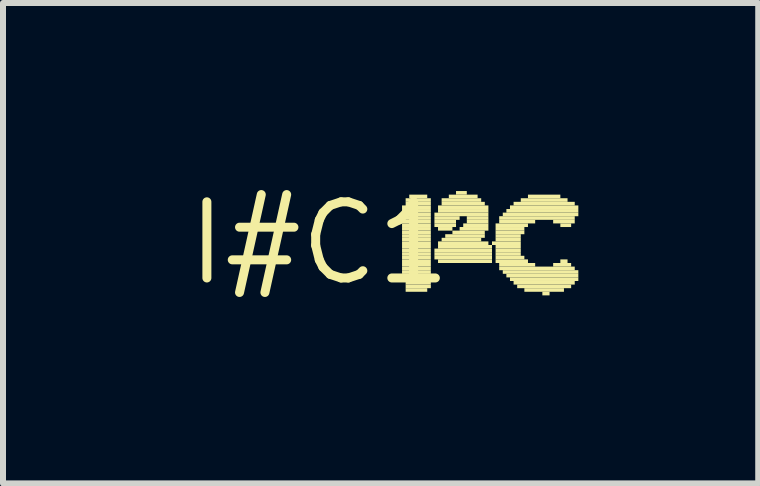
<source format=kicad_pcb>
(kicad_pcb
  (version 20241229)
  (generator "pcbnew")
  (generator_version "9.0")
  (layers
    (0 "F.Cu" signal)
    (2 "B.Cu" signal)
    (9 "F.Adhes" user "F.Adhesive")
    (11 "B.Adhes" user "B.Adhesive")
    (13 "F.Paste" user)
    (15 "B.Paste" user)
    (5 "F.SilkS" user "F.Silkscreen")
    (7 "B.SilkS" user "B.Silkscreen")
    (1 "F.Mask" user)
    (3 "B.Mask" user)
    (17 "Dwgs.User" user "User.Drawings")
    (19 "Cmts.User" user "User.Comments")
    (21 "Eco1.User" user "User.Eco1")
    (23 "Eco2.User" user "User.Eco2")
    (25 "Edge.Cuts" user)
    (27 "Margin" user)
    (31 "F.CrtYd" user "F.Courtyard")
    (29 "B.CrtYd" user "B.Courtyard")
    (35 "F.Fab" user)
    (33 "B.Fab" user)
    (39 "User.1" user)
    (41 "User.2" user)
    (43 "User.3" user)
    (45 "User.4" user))
  (footprint "I#C1"
    (layer "F.Cu")
    (at 2.275 1.006)
    (property "Reference" "I#C1" (at 0 0 0) (layer "F.SilkS") (effects (font (size 1.27 1.27) (thickness 0.15))))
    (fp_poly (pts (xy 1.38 -0.57) (xy 1.86 -0.57) (xy 1.86 -0.63) (xy 1.38 -0.63)) (stroke (width 0) (type solid)) (fill yes) (layer "F.SilkS"))
    (fp_poly (pts (xy 1.38 -0.51) (xy 1.86 -0.51) (xy 1.86 -0.57) (xy 1.38 -0.57)) (stroke (width 0) (type solid)) (fill yes) (layer "F.SilkS"))
    (fp_poly (pts (xy 1.38 -0.45) (xy 1.86 -0.45) (xy 1.86 -0.51) (xy 1.38 -0.51)) (stroke (width 0) (type solid)) (fill yes) (layer "F.SilkS"))
    (fp_poly (pts (xy 1.38 -0.39) (xy 1.86 -0.39) (xy 1.86 -0.45) (xy 1.38 -0.45)) (stroke (width 0) (type solid)) (fill yes) (layer "F.SilkS"))
    (fp_poly (pts (xy 1.38 -0.33) (xy 1.86 -0.33) (xy 1.86 -0.39) (xy 1.38 -0.39)) (stroke (width 0) (type solid)) (fill yes) (layer "F.SilkS"))
    (fp_poly (pts (xy 1.38 -0.27) (xy 1.86 -0.27) (xy 1.86 -0.33) (xy 1.38 -0.33)) (stroke (width 0) (type solid)) (fill yes) (layer "F.SilkS"))
    (fp_poly (pts (xy 1.38 -0.21) (xy 1.86 -0.21) (xy 1.86 -0.27) (xy 1.38 -0.27)) (stroke (width 0) (type solid)) (fill yes) (layer "F.SilkS"))
    (fp_poly (pts (xy 1.38 -0.15) (xy 1.86 -0.15) (xy 1.86 -0.21) (xy 1.38 -0.21)) (stroke (width 0) (type solid)) (fill yes) (layer "F.SilkS"))
    (fp_poly (pts (xy 1.38 -0.09) (xy 1.86 -0.09) (xy 1.86 -0.15) (xy 1.38 -0.15)) (stroke (width 0) (type solid)) (fill yes) (layer "F.SilkS"))
    (fp_poly (pts (xy 1.38 -0.03) (xy 1.86 -0.03) (xy 1.86 -0.09) (xy 1.38 -0.09)) (stroke (width 0) (type solid)) (fill yes) (layer "F.SilkS"))
    (fp_poly (pts (xy 1.38 0.03) (xy 1.86 0.03) (xy 1.86 -0.03) (xy 1.38 -0.03)) (stroke (width 0) (type solid)) (fill yes) (layer "F.SilkS"))
    (fp_poly (pts (xy 1.38 0.09) (xy 1.86 0.09) (xy 1.86 0.03) (xy 1.38 0.03)) (stroke (width 0) (type solid)) (fill yes) (layer "F.SilkS"))
    (fp_poly (pts (xy 1.38 0.15) (xy 1.86 0.15) (xy 1.86 0.09) (xy 1.38 0.09)) (stroke (width 0) (type solid)) (fill yes) (layer "F.SilkS"))
    (fp_poly (pts (xy 1.38 0.21) (xy 1.86 0.21) (xy 1.86 0.15) (xy 1.38 0.15)) (stroke (width 0) (type solid)) (fill yes) (layer "F.SilkS"))
    (fp_poly (pts (xy 1.38 0.27) (xy 1.86 0.27) (xy 1.86 0.21) (xy 1.38 0.21)) (stroke (width 0) (type solid)) (fill yes) (layer "F.SilkS"))
    (fp_poly (pts (xy 1.38 0.33) (xy 1.86 0.33) (xy 1.86 0.27) (xy 1.38 0.27)) (stroke (width 0) (type solid)) (fill yes) (layer "F.SilkS"))
    (fp_poly (pts (xy 1.38 0.39) (xy 1.86 0.39) (xy 1.86 0.33) (xy 1.38 0.33)) (stroke (width 0) (type solid)) (fill yes) (layer "F.SilkS"))
    (fp_poly (pts (xy 1.38 0.45) (xy 1.86 0.45) (xy 1.86 0.39) (xy 1.38 0.39)) (stroke (width 0) (type solid)) (fill yes) (layer "F.SilkS"))
    (fp_poly (pts (xy 1.38 0.51) (xy 1.86 0.51) (xy 1.86 0.45) (xy 1.38 0.45)) (stroke (width 0) (type solid)) (fill yes) (layer "F.SilkS"))
    (fp_poly (pts (xy 1.38 0.57) (xy 1.86 0.57) (xy 1.86 0.51) (xy 1.38 0.51)) (stroke (width 0) (type solid)) (fill yes) (layer "F.SilkS"))
    (fp_poly (pts (xy 1.38 0.63) (xy 1.86 0.63) (xy 1.86 0.57) (xy 1.38 0.57)) (stroke (width 0) (type solid)) (fill yes) (layer "F.SilkS"))
    (fp_poly (pts (xy 1.44 -0.69) (xy 1.86 -0.69) (xy 1.86 -0.75) (xy 1.44 -0.75)) (stroke (width 0) (type solid)) (fill yes) (layer "F.SilkS"))
    (fp_poly (pts (xy 1.44 -0.63) (xy 1.86 -0.63) (xy 1.86 -0.69) (xy 1.44 -0.69)) (stroke (width 0) (type solid)) (fill yes) (layer "F.SilkS"))
    (fp_poly (pts (xy 1.44 0.69) (xy 1.86 0.69) (xy 1.86 0.63) (xy 1.44 0.63)) (stroke (width 0) (type solid)) (fill yes) (layer "F.SilkS"))
    (fp_poly (pts (xy 1.44 0.75) (xy 1.86 0.75) (xy 1.86 0.69) (xy 1.44 0.69)) (stroke (width 0) (type solid)) (fill yes) (layer "F.SilkS"))
    (fp_poly (pts (xy 1.44 0.81) (xy 1.8 0.81) (xy 1.8 0.75) (xy 1.44 0.75)) (stroke (width 0) (type solid)) (fill yes) (layer "F.SilkS"))
    (fp_poly (pts (xy 1.5 -0.75) (xy 1.8 -0.75) (xy 1.8 -0.81) (xy 1.5 -0.81)) (stroke (width 0) (type solid)) (fill yes) (layer "F.SilkS"))
    (fp_poly (pts (xy 1.92 -0.45) (xy 2.82 -0.45) (xy 2.82 -0.51) (xy 1.92 -0.51)) (stroke (width 0) (type solid)) (fill yes) (layer "F.SilkS"))
    (fp_poly (pts (xy 1.92 -0.39) (xy 2.34 -0.39) (xy 2.34 -0.45) (xy 1.92 -0.45)) (stroke (width 0) (type solid)) (fill yes) (layer "F.SilkS"))
    (fp_poly (pts (xy 1.92 -0.33) (xy 2.28 -0.33) (xy 2.28 -0.39) (xy 1.92 -0.39)) (stroke (width 0) (type solid)) (fill yes) (layer "F.SilkS"))
    (fp_poly (pts (xy 1.92 -0.27) (xy 2.28 -0.27) (xy 2.28 -0.33) (xy 1.92 -0.33)) (stroke (width 0) (type solid)) (fill yes) (layer "F.SilkS"))
    (fp_poly (pts (xy 1.92 0.15) (xy 2.88 0.15) (xy 2.88 0.09) (xy 1.92 0.09)) (stroke (width 0) (type solid)) (fill yes) (layer "F.SilkS"))
    (fp_poly (pts (xy 1.92 0.21) (xy 2.88 0.21) (xy 2.88 0.15) (xy 1.92 0.15)) (stroke (width 0) (type solid)) (fill yes) (layer "F.SilkS"))
    (fp_poly (pts (xy 1.92 0.27) (xy 2.88 0.27) (xy 2.88 0.21) (xy 1.92 0.21)) (stroke (width 0) (type solid)) (fill yes) (layer "F.SilkS"))
    (fp_poly (pts (xy 1.98 -0.57) (xy 2.82 -0.57) (xy 2.82 -0.63) (xy 1.98 -0.63)) (stroke (width 0) (type solid)) (fill yes) (layer "F.SilkS"))
    (fp_poly (pts (xy 1.98 -0.51) (xy 2.82 -0.51) (xy 2.82 -0.57) (xy 1.98 -0.57)) (stroke (width 0) (type solid)) (fill yes) (layer "F.SilkS"))
    (fp_poly (pts (xy 1.98 -0.21) (xy 2.22 -0.21) (xy 2.22 -0.27) (xy 1.98 -0.27)) (stroke (width 0) (type solid)) (fill yes) (layer "F.SilkS"))
    (fp_poly (pts (xy 1.98 0.03) (xy 2.82 0.03) (xy 2.82 -0.03) (xy 1.98 -0.03)) (stroke (width 0) (type solid)) (fill yes) (layer "F.SilkS"))
    (fp_poly (pts (xy 1.98 0.09) (xy 2.88 0.09) (xy 2.88 0.03) (xy 1.98 0.03)) (stroke (width 0) (type solid)) (fill yes) (layer "F.SilkS"))
    (fp_poly (pts (xy 1.98 0.33) (xy 2.88 0.33) (xy 2.88 0.27) (xy 1.98 0.27)) (stroke (width 0) (type solid)) (fill yes) (layer "F.SilkS"))
    (fp_poly (pts (xy 2.04 -0.69) (xy 2.7 -0.69) (xy 2.7 -0.75) (xy 2.04 -0.75)) (stroke (width 0) (type solid)) (fill yes) (layer "F.SilkS"))
    (fp_poly (pts (xy 2.04 -0.63) (xy 2.76 -0.63) (xy 2.76 -0.69) (xy 2.04 -0.69)) (stroke (width 0) (type solid)) (fill yes) (layer "F.SilkS"))
    (fp_poly (pts (xy 2.04 -0.03) (xy 2.7 -0.03) (xy 2.7 -0.09) (xy 2.04 -0.09)) (stroke (width 0) (type solid)) (fill yes) (layer "F.SilkS"))
    (fp_poly (pts (xy 2.1 -0.09) (xy 2.76 -0.09) (xy 2.76 -0.15) (xy 2.1 -0.15)) (stroke (width 0) (type solid)) (fill yes) (layer "F.SilkS"))
    (fp_poly (pts (xy 2.16 -0.75) (xy 2.64 -0.75) (xy 2.64 -0.81) (xy 2.16 -0.81)) (stroke (width 0) (type solid)) (fill yes) (layer "F.SilkS"))
    (fp_poly (pts (xy 2.22 -0.15) (xy 2.76 -0.15) (xy 2.76 -0.21) (xy 2.22 -0.21)) (stroke (width 0) (type solid)) (fill yes) (layer "F.SilkS"))
    (fp_poly (pts (xy 2.28 -0.81) (xy 2.46 -0.81) (xy 2.46 -0.87) (xy 2.28 -0.87)) (stroke (width 0) (type solid)) (fill yes) (layer "F.SilkS"))
    (fp_poly (pts (xy 2.34 -0.21) (xy 2.82 -0.21) (xy 2.82 -0.27) (xy 2.34 -0.27)) (stroke (width 0) (type solid)) (fill yes) (layer "F.SilkS"))
    (fp_poly (pts (xy 2.4 -0.27) (xy 2.82 -0.27) (xy 2.82 -0.33) (xy 2.4 -0.33)) (stroke (width 0) (type solid)) (fill yes) (layer "F.SilkS"))
    (fp_poly (pts (xy 2.46 -0.39) (xy 2.82 -0.39) (xy 2.82 -0.45) (xy 2.46 -0.45)) (stroke (width 0) (type solid)) (fill yes) (layer "F.SilkS"))
    (fp_poly (pts (xy 2.46 -0.33) (xy 2.82 -0.33) (xy 2.82 -0.39) (xy 2.46 -0.39)) (stroke (width 0) (type solid)) (fill yes) (layer "F.SilkS"))
    (fp_poly (pts (xy 2.88 0.03) (xy 3.36 0.03) (xy 3.36 -0.03) (xy 2.88 -0.03)) (stroke (width 0) (type solid)) (fill yes) (layer "F.SilkS"))
    (fp_poly (pts (xy 2.94 -0.27) (xy 3.48 -0.27) (xy 3.48 -0.33) (xy 2.94 -0.33)) (stroke (width 0) (type solid)) (fill yes) (layer "F.SilkS"))
    (fp_poly (pts (xy 2.94 -0.21) (xy 3.42 -0.21) (xy 3.42 -0.27) (xy 2.94 -0.27)) (stroke (width 0) (type solid)) (fill yes) (layer "F.SilkS"))
    (fp_poly (pts (xy 2.94 -0.15) (xy 3.42 -0.15) (xy 3.42 -0.21) (xy 2.94 -0.21)) (stroke (width 0) (type solid)) (fill yes) (layer "F.SilkS"))
    (fp_poly (pts (xy 2.94 -0.09) (xy 3.36 -0.09) (xy 3.36 -0.15) (xy 2.94 -0.15)) (stroke (width 0) (type solid)) (fill yes) (layer "F.SilkS"))
    (fp_poly (pts (xy 2.94 -0.03) (xy 3.36 -0.03) (xy 3.36 -0.09) (xy 2.94 -0.09)) (stroke (width 0) (type solid)) (fill yes) (layer "F.SilkS"))
    (fp_poly (pts (xy 2.94 0.09) (xy 3.36 0.09) (xy 3.36 0.03) (xy 2.94 0.03)) (stroke (width 0) (type solid)) (fill yes) (layer "F.SilkS"))
    (fp_poly (pts (xy 2.94 0.15) (xy 3.36 0.15) (xy 3.36 0.09) (xy 2.94 0.09)) (stroke (width 0) (type solid)) (fill yes) (layer "F.SilkS"))
    (fp_poly (pts (xy 2.94 0.21) (xy 3.36 0.21) (xy 3.36 0.15) (xy 2.94 0.15)) (stroke (width 0) (type solid)) (fill yes) (layer "F.SilkS"))
    (fp_poly (pts (xy 2.94 0.27) (xy 3.42 0.27) (xy 3.42 0.21) (xy 2.94 0.21)) (stroke (width 0) (type solid)) (fill yes) (layer "F.SilkS"))
    (fp_poly (pts (xy 2.94 0.33) (xy 3.48 0.33) (xy 3.48 0.27) (xy 2.94 0.27)) (stroke (width 0) (type solid)) (fill yes) (layer "F.SilkS"))
    (fp_poly (pts (xy 3 -0.39) (xy 4.26 -0.39) (xy 4.26 -0.45) (xy 3 -0.45)) (stroke (width 0) (type solid)) (fill yes) (layer "F.SilkS"))
    (fp_poly (pts (xy 3 -0.33) (xy 3.6 -0.33) (xy 3.6 -0.39) (xy 3 -0.39)) (stroke (width 0) (type solid)) (fill yes) (layer "F.SilkS"))
    (fp_poly (pts (xy 3 0.39) (xy 3.6 0.39) (xy 3.6 0.33) (xy 3 0.33)) (stroke (width 0) (type solid)) (fill yes) (layer "F.SilkS"))
    (fp_poly (pts (xy 3 0.45) (xy 4.26 0.45) (xy 4.26 0.39) (xy 3 0.39)) (stroke (width 0) (type solid)) (fill yes) (layer "F.SilkS"))
    (fp_poly (pts (xy 3.06 -0.45) (xy 4.32 -0.45) (xy 4.32 -0.51) (xy 3.06 -0.51)) (stroke (width 0) (type solid)) (fill yes) (layer "F.SilkS"))
    (fp_poly (pts (xy 3.06 0.51) (xy 4.32 0.51) (xy 4.32 0.45) (xy 3.06 0.45)) (stroke (width 0) (type solid)) (fill yes) (layer "F.SilkS"))
    (fp_poly (pts (xy 3.12 -0.51) (xy 4.32 -0.51) (xy 4.32 -0.57) (xy 3.12 -0.57)) (stroke (width 0) (type solid)) (fill yes) (layer "F.SilkS"))
    (fp_poly (pts (xy 3.12 0.57) (xy 4.32 0.57) (xy 4.32 0.51) (xy 3.12 0.51)) (stroke (width 0) (type solid)) (fill yes) (layer "F.SilkS"))
    (fp_poly (pts (xy 3.18 -0.57) (xy 4.32 -0.57) (xy 4.32 -0.63) (xy 3.18 -0.63)) (stroke (width 0) (type solid)) (fill yes) (layer "F.SilkS"))
    (fp_poly (pts (xy 3.18 0.63) (xy 4.32 0.63) (xy 4.32 0.57) (xy 3.18 0.57)) (stroke (width 0) (type solid)) (fill yes) (layer "F.SilkS"))
    (fp_poly (pts (xy 3.24 -0.63) (xy 4.26 -0.63) (xy 4.26 -0.69) (xy 3.24 -0.69)) (stroke (width 0) (type solid)) (fill yes) (layer "F.SilkS"))
    (fp_poly (pts (xy 3.24 0.69) (xy 4.26 0.69) (xy 4.26 0.63) (xy 3.24 0.63)) (stroke (width 0) (type solid)) (fill yes) (layer "F.SilkS"))
    (fp_poly (pts (xy 3.3 0.75) (xy 4.2 0.75) (xy 4.2 0.69) (xy 3.3 0.69)) (stroke (width 0) (type solid)) (fill yes) (layer "F.SilkS"))
    (fp_poly (pts (xy 3.36 -0.69) (xy 4.14 -0.69) (xy 4.14 -0.75) (xy 3.36 -0.75)) (stroke (width 0) (type solid)) (fill yes) (layer "F.SilkS"))
    (fp_poly (pts (xy 3.42 0.81) (xy 4.08 0.81) (xy 4.08 0.75) (xy 3.42 0.75)) (stroke (width 0) (type solid)) (fill yes) (layer "F.SilkS"))
    (fp_poly (pts (xy 3.48 -0.75) (xy 4.02 -0.75) (xy 4.02 -0.81) (xy 3.48 -0.81)) (stroke (width 0) (type solid)) (fill yes) (layer "F.SilkS"))
    (fp_poly (pts (xy 3.72 0.87) (xy 3.84 0.87) (xy 3.84 0.81) (xy 3.72 0.81)) (stroke (width 0) (type solid)) (fill yes) (layer "F.SilkS"))
    (fp_poly (pts (xy 3.9 -0.33) (xy 4.26 -0.33) (xy 4.26 -0.39) (xy 3.9 -0.39)) (stroke (width 0) (type solid)) (fill yes) (layer "F.SilkS"))
    (fp_poly (pts (xy 3.9 0.39) (xy 4.2 0.39) (xy 4.2 0.33) (xy 3.9 0.33)) (stroke (width 0) (type solid)) (fill yes) (layer "F.SilkS"))
    (fp_poly (pts (xy 4.02 -0.27) (xy 4.2 -0.27) (xy 4.2 -0.33) (xy 4.02 -0.33)) (stroke (width 0) (type solid)) (fill yes) (layer "F.SilkS"))
    (fp_poly (pts (xy 4.02 0.33) (xy 4.14 0.33) (xy 4.14 0.27) (xy 4.02 0.27)) (stroke (width 0) (type solid)) (fill yes) (layer "F.SilkS")))
  (gr_rect
    (start -3 -3)
    (end 9.595 5.012)
    (stroke (width 0.1) (type default))
    (fill no)
    (layer "Edge.Cuts")))
</source>
